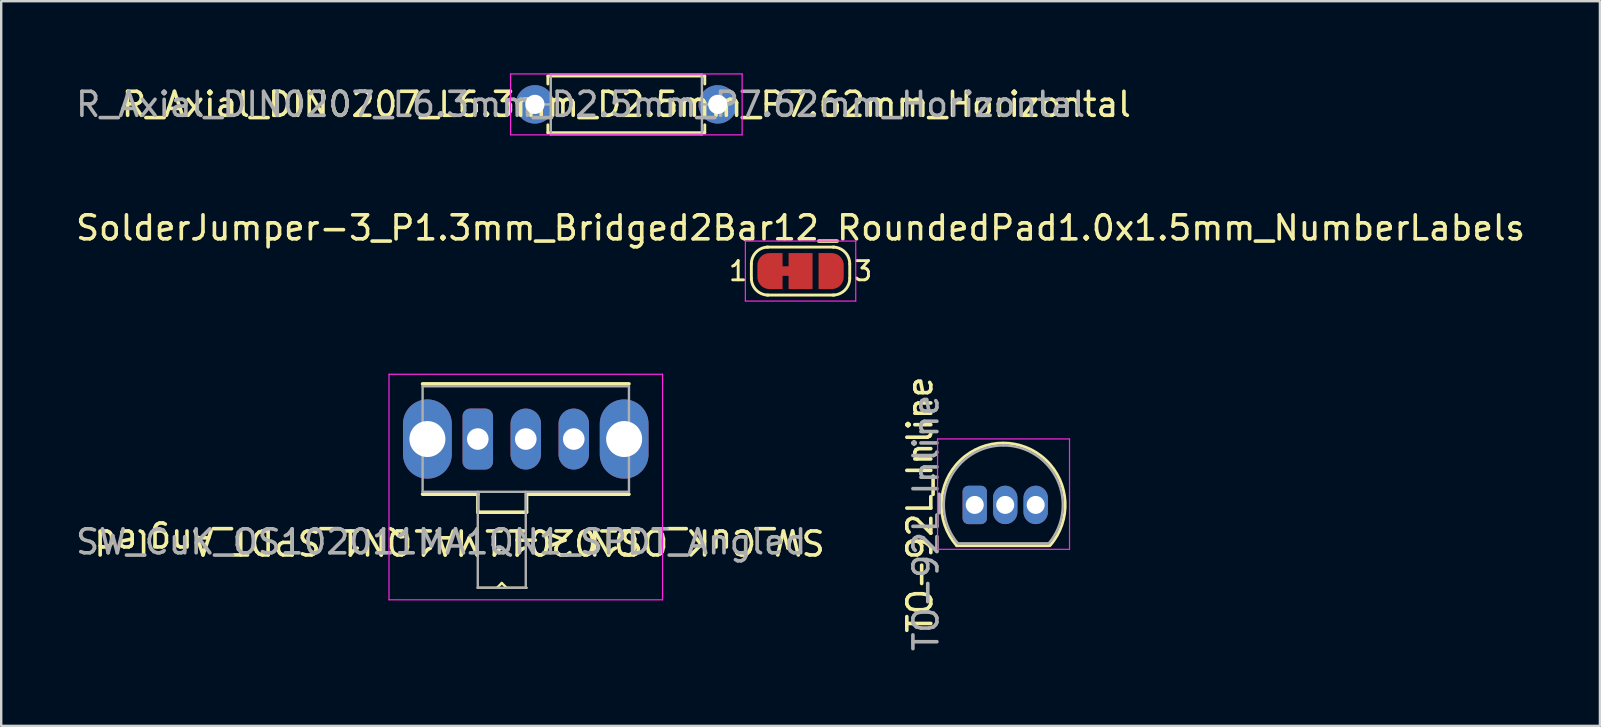
<source format=kicad_pcb>
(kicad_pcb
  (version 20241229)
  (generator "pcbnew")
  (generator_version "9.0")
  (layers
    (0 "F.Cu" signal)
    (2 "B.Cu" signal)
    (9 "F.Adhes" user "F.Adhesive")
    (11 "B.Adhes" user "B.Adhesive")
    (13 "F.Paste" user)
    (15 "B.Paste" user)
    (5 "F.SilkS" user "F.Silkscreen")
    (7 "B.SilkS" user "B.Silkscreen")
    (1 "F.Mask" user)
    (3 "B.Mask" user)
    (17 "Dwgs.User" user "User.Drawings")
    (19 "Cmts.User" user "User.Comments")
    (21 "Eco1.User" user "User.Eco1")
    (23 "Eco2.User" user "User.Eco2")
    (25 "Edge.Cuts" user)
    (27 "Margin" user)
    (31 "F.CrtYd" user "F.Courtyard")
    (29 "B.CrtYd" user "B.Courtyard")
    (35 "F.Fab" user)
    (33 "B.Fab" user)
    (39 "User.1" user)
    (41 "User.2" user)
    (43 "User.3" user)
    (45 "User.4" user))
  (footprint "R_Axial_DIN0207_L6.3mm_D2.5mm_P7.62mm_Horizontal"
    (layer "F.Cu")
    (at 19.244 1.3)
    (property "Reference" "R_Axial_DIN0207_L6.3mm_D2.5mm_P7.62mm_Horizontal" (at 3.81 0 0) (layer "F.SilkS") (effects (font (size 1 1) (thickness 0.15))))
    (attr through_hole)
    (fp_line (start 0.54 -1.181) (end 7.08 -1.181) (stroke (width 0.12) (type solid)) (layer "F.SilkS"))
    (fp_line (start 0.54 -0.851) (end 0.54 -1.181) (stroke (width 0.12) (type solid)) (layer "F.SilkS"))
    (fp_line (start 0.54 0.851) (end 0.54 1.181) (stroke (width 0.12) (type solid)) (layer "F.SilkS"))
    (fp_line (start 0.54 1.181) (end 7.08 1.181) (stroke (width 0.12) (type solid)) (layer "F.SilkS"))
    (fp_line (start 7.08 -1.181) (end 7.08 -0.851) (stroke (width 0.12) (type solid)) (layer "F.SilkS"))
    (fp_line (start 7.08 1.181) (end 7.08 0.851) (stroke (width 0.12) (type solid)) (layer "F.SilkS"))
    (fp_line (start -1.016 -1.27) (end -1.016 1.27) (stroke (width 0.05) (type solid)) (layer "F.CrtYd"))
    (fp_line (start -1.016 1.27) (end 8.636 1.27) (stroke (width 0.05) (type solid)) (layer "F.CrtYd"))
    (fp_line (start 8.636 -1.27) (end -1.016 -1.27) (stroke (width 0.05) (type solid)) (layer "F.CrtYd"))
    (fp_line (start 8.636 1.27) (end 8.636 -1.27) (stroke (width 0.05) (type solid)) (layer "F.CrtYd"))
    (fp_line (start 0 0) (end 0.66 0) (stroke (width 0.1) (type solid)) (layer "F.Fab"))
    (fp_line (start 0.66 -1.25) (end 0.66 1.25) (stroke (width 0.1) (type solid)) (layer "F.Fab"))
    (fp_line (start 0.66 1.25) (end 6.96 1.25) (stroke (width 0.1) (type solid)) (layer "F.Fab"))
    (fp_line (start 6.96 -1.25) (end 0.66 -1.25) (stroke (width 0.1) (type solid)) (layer "F.Fab"))
    (fp_line (start 6.96 1.25) (end 6.96 -1.25) (stroke (width 0.1) (type solid)) (layer "F.Fab"))
    (fp_line (start 7.62 0) (end 6.96 0) (stroke (width 0.1) (type solid)) (layer "F.Fab"))
    (fp_text user "${REFERENCE}" (at 1.905 0 0) (layer "F.Fab") (effects (font (size 1 1) (thickness 0.15))))
    (pad "1" thru_hole circle (at 0 0) (size 1.6 1.6) (drill 0.8) (layers "*.Cu" "*.Mask"))
    (pad "2" thru_hole oval (at 7.62 0) (size 1.6 1.6) (drill 0.8) (layers "*.Cu" "*.Mask")))
  (footprint "SW_CuK_OS102011MA1QN1_SPDT_Angled"
    (layer "F.Cu")
    (at 16.863 15.248)
    (property "Reference" "SW_CuK_OS102011MA1QN1_SPDT_Angled" (at -0.762 4.286 180) (unlocked yes) (layer "F.SilkS") (effects (font (size 1 1) (thickness 0.15))))
    (property "Silk" "ON <-" (at 4.064 4.286 180) (unlocked yes) (layer "F.SilkS") (effects (font (size 1 1) (thickness 0.15))))
    (attr through_hole)
    (fp_line (start -2.3 -2.3) (end 6.3 -2.3) (stroke (width 0.15) (type solid)) (layer "F.SilkS"))
    (fp_line (start -2.3 2.3) (end 0 2.3) (stroke (width 0.15) (type solid)) (layer "F.SilkS"))
    (fp_line (start 0 2.3) (end 0 3.048) (stroke (width 0.15) (type default)) (layer "F.SilkS"))
    (fp_line (start 0 3.048) (end 2.032 3.048) (stroke (width 0.15) (type default)) (layer "F.SilkS"))
    (fp_line (start 0.8 6.2) (end 0 6.2) (stroke (width 0.1) (type default)) (layer "F.SilkS"))
    (fp_line (start 0.8 6.2) (end 1 6) (stroke (width 0.1) (type default)) (layer "F.SilkS"))
    (fp_line (start 1 6) (end 1.2 6.2) (stroke (width 0.1) (type default)) (layer "F.SilkS"))
    (fp_line (start 1.2 6.2) (end 2.032 6.2) (stroke (width 0.1) (type default)) (layer "F.SilkS"))
    (fp_line (start 2.032 2.3) (end 2.032 3.048) (stroke (width 0.15) (type default)) (layer "F.SilkS"))
    (fp_line (start 2.032 2.3) (end 6.3 2.3) (stroke (width 0.15) (type solid)) (layer "F.SilkS"))
    (fp_line (start -3.7 -2.7) (end 7.7 -2.7) (stroke (width 0.05) (type solid)) (layer "F.CrtYd"))
    (fp_line (start -3.7 6.7) (end -3.7 -2.7) (stroke (width 0.05) (type solid)) (layer "F.CrtYd"))
    (fp_line (start 7.7 -2.7) (end 7.7 6.7) (stroke (width 0.05) (type solid)) (layer "F.CrtYd"))
    (fp_line (start 7.7 6.7) (end -3.7 6.7) (stroke (width 0.05) (type solid)) (layer "F.CrtYd"))
    (fp_line (start -2.3 -2.2) (end -2.3 2.2) (stroke (width 0.1) (type solid)) (layer "F.Fab"))
    (fp_line (start -2.3 -2.2) (end 6.3 -2.2) (stroke (width 0.1) (type solid)) (layer "F.Fab"))
    (fp_line (start -2.3 2.2) (end 6.3 2.2) (stroke (width 0.1) (type solid)) (layer "F.Fab"))
    (fp_line (start 0 6.2) (end 0 2.2) (stroke (width 0.1) (type solid)) (layer "F.Fab"))
    (fp_line (start 2 2.2) (end 2 6.2) (stroke (width 0.1) (type solid)) (layer "F.Fab"))
    (fp_line (start 2 6.2) (end 0 6.2) (stroke (width 0.1) (type solid)) (layer "F.Fab"))
    (fp_line (start 6.3 2.2) (end 6.3 -2.2) (stroke (width 0.1) (type solid)) (layer "F.Fab"))
    (fp_text user "${REFERENCE}" (at -1.524 4.286 0) (layer "F.Fab") (effects (font (size 1 1) (thickness 0.15))))
    (pad "" thru_hole oval (at -2.1 0 180) (size 2.032 3.302) (drill 1.5) (layers "*.Cu" "*.Mask"))
    (pad "" thru_hole oval (at 6.1 0 180) (size 2.032 3.302) (drill 1.5) (layers "*.Cu" "*.Mask"))
    (pad "1" thru_hole oval (at 4 0 180) (size 1.27 2.54) (drill 0.9) (layers "*.Cu" "*.Mask"))
    (pad "2" thru_hole oval (at 2 0 180) (size 1.27 2.54) (drill 0.9) (layers "*.Cu" "*.Mask"))
    (pad "3" thru_hole roundrect (at 0 0 180) (size 1.27 2.54) (drill 0.9) (layers "*.Cu" "*.Mask") (roundrect_rratio 0.25)))
  (footprint "SolderJumper-3_P1.3mm_Bridged2Bar12_RoundedPad1.0x1.5mm_NumberLabels"
    (layer "F.Cu")
    (at 30.315 8.248)
    (property "Reference" "SolderJumper-3_P1.3mm_Bridged2Bar12_RoundedPad1.0x1.5mm_NumberLabels" (at 0 -1.8 180) (layer "F.SilkS") (effects (font (size 1 1) (thickness 0.15))))
    (attr exclude_from_pos_files exclude_from_bom allow_soldermask_bridges)
    (fp_poly (pts (xy -0.9 -0.2) (xy -0.4 -0.2) (xy -0.4 0.2) (xy -0.9 0.2)) (stroke (width 0) (type solid)) (fill yes) (layer "F.Cu"))
    (fp_rect (start -0.75 -0.75) (end 0.75 0.75) (stroke (width 0) (type default)) (fill yes) (layer "F.Mask"))
    (fp_line (start -2.05 0.3) (end -2.05 -0.3) (stroke (width 0.12) (type solid)) (layer "F.SilkS"))
    (fp_line (start -1.4 -1) (end 1.4 -1) (stroke (width 0.12) (type solid)) (layer "F.SilkS"))
    (fp_line (start 1.4 1) (end -1.4 1) (stroke (width 0.12) (type solid)) (layer "F.SilkS"))
    (fp_line (start 2.05 -0.3) (end 2.05 0.3) (stroke (width 0.12) (type solid)) (layer "F.SilkS"))
    (fp_arc (start -2.05 -0.3) (mid -1.844975 -0.794975) (end -1.35 -1) (stroke (width 0.12) (type solid)) (layer "F.SilkS"))
    (fp_arc (start -1.35 1) (mid -1.844975 0.794975) (end -2.05 0.3) (stroke (width 0.12) (type solid)) (layer "F.SilkS"))
    (fp_arc (start 1.35 -1) (mid 1.844975 -0.794975) (end 2.05 -0.3) (stroke (width 0.12) (type solid)) (layer "F.SilkS"))
    (fp_arc (start 2.05 0.3) (mid 1.844975 0.794975) (end 1.35 1) (stroke (width 0.12) (type solid)) (layer "F.SilkS"))
    (fp_line (start -2.3 -1.25) (end -2.3 1.25) (stroke (width 0.05) (type solid)) (layer "F.CrtYd"))
    (fp_line (start -2.3 -1.25) (end 2.3 -1.25) (stroke (width 0.05) (type solid)) (layer "F.CrtYd"))
    (fp_line (start 2.3 1.25) (end -2.3 1.25) (stroke (width 0.05) (type solid)) (layer "F.CrtYd"))
    (fp_line (start 2.3 1.25) (end 2.3 -1.25) (stroke (width 0.05) (type solid)) (layer "F.CrtYd"))
    (fp_text user "3" (at 2.6 0 180) (layer "F.SilkS") (effects (font (size 0.8 0.8) (thickness 0.12))))
    (fp_text user "1" (at -2.6 0 180) (layer "F.SilkS") (effects (font (size 0.8 0.8) (thickness 0.12))))
    (pad "1" smd custom (at -1.3 0) (size 1 0.5) (layers "F.Cu" "F.Mask") (options (anchor rect)) (primitives (gr_circle (center 0 0.25) (end 0.5 0.25) (width 0) (fill yes)) (gr_circle (center 0 -0.25) (end 0.5 -0.25) (width 0) (fill yes)) (gr_poly (pts (xy 0.55 0.75) (xy 0 0.75) (xy 0 -0.75) (xy 0.55 -0.75)) (width 0) (fill yes))))
    (pad "2" smd rect (at 0 0) (size 1 1.5) (layers "F.Cu" "F.Mask"))
    (pad "3" smd custom (at 1.3 0) (size 1 0.5) (layers "F.Cu" "F.Mask") (options (anchor rect)) (primitives (gr_circle (center 0 0.25) (end 0.5 0.25) (width 0) (fill yes)) (gr_circle (center 0 -0.25) (end 0.5 -0.25) (width 0) (fill yes)) (gr_poly (pts (xy 0 0.75) (xy -0.55 0.75) (xy -0.55 -0.75) (xy 0 -0.75)) (width 0) (fill yes)))))
  (footprint "TO-92L_Inline"
    (layer "F.Cu")
    (at 37.575 17.994)
    (property "Reference" "TO-92L_Inline" (at -2.286 -0.012 90) (layer "F.SilkS") (effects (font (size 1 1) (thickness 0.15))))
    (attr through_hole)
    (fp_line (start -0.75 1.7) (end 3.1 1.7) (stroke (width 0.12) (type solid)) (layer "F.SilkS"))
    (fp_arc (start -0.75 1.7) (mid 1.183448 -2.579449) (end 3.138611 1.690122) (stroke (width 0.12) (type solid)) (layer "F.SilkS"))
    (fp_line (start -1.55 -2.75) (end -1.55 1.85) (stroke (width 0.05) (type solid)) (layer "F.CrtYd"))
    (fp_line (start -1.55 -2.75) (end 3.95 -2.75) (stroke (width 0.05) (type solid)) (layer "F.CrtYd"))
    (fp_line (start 3.95 1.85) (end -1.55 1.85) (stroke (width 0.05) (type solid)) (layer "F.CrtYd"))
    (fp_line (start 3.95 1.85) (end 3.95 -2.75) (stroke (width 0.05) (type solid)) (layer "F.CrtYd"))
    (fp_line (start -0.7 1.6) (end 3.05 1.6) (stroke (width 0.1) (type solid)) (layer "F.Fab"))
    (fp_arc (start -0.702818 1.602385) (mid -1.059924 -1.043188) (end 1.19 -2.48) (stroke (width 0.1) (type solid)) (layer "F.Fab"))
    (fp_arc (start 1.19 -2.48) (mid 3.437211 -1.049019) (end 3.091103 1.592547) (stroke (width 0.1) (type solid)) (layer "F.Fab"))
    (fp_text user "${REFERENCE}" (at -2.032 0.75 90) (layer "F.Fab") (effects (font (size 1 1) (thickness 0.15))))
    (pad "1" thru_hole roundrect (at 0 0) (size 1.016 1.6) (drill 0.75) (layers "*.Cu" "*.Mask") (roundrect_rratio 0.238))
    (pad "2" thru_hole oval (at 1.27 0) (size 1.016 1.6) (drill 0.75) (layers "*.Cu" "*.Mask"))
    (pad "3" thru_hole oval (at 2.54 0) (size 1.016 1.6) (drill 0.75) (layers "*.Cu" "*.Mask")))
  (gr_rect
    (start -3 -3)
    (end 63.631 27.202)
    (stroke (width 0.1) (type default))
    (fill no)
    (layer "Edge.Cuts")))
</source>
